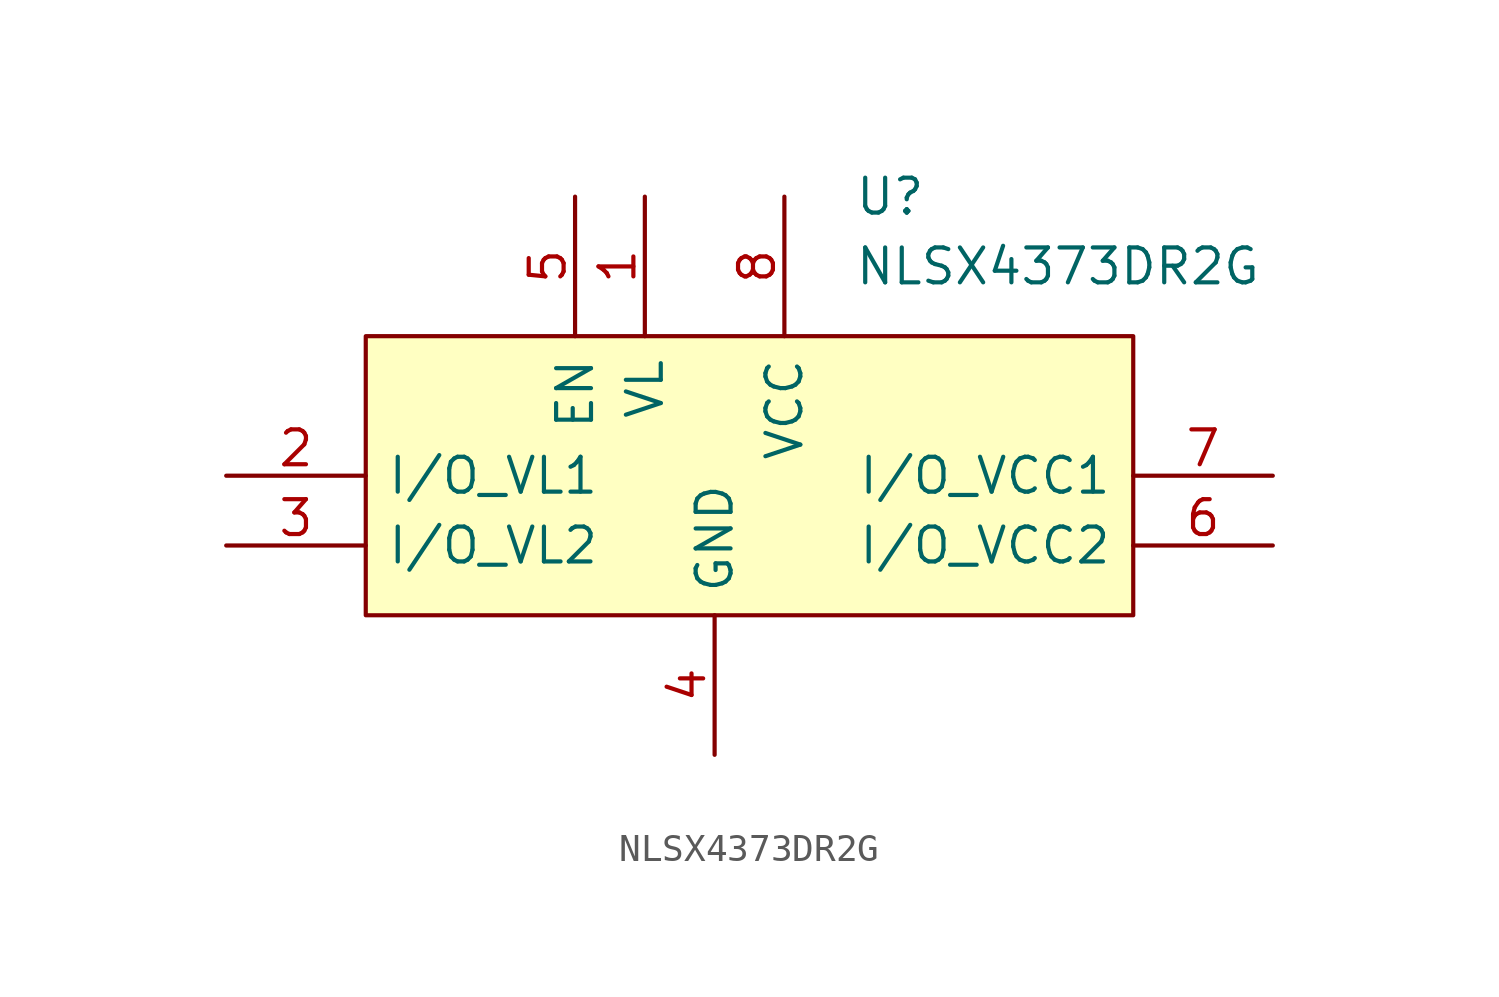
<source format=kicad_sym>
(kicad_symbol_lib
  (version 20220914)
  (generator kicad_symbol_editor)
  (symbol "NLSX4373DR2G"
    (pin_names
      (offset 0.762))
    (property "Reference" "U"
      (at 22.86 7.62 0)
      (effects (font (size 1.27 1.27)) (justify left)))
    (property "Value" "NLSX4373DR2G"
      (at 22.86 5.08 0)
      (effects (font (size 1.27 1.27)) (justify left)))
    (symbol "NLSX4373DR2G_0_0"
      (pin passive line (at 15.24 7.62 270) (length 5.08) (name "VL" (effects (font (size 1.27 1.27)))) (number "1" (effects (font (size 1.27 1.27)))))
      (pin passive line (at 0 -2.54 0) (length 5.08) (name "I/O_VL1" (effects (font (size 1.27 1.27)))) (number "2" (effects (font (size 1.27 1.27)))))
      (pin passive line (at 0 -5.08 0) (length 5.08) (name "I/O_VL2" (effects (font (size 1.27 1.27)))) (number "3" (effects (font (size 1.27 1.27)))))
      (pin passive line (at 17.78 -12.7 90) (length 5.08) (name "GND" (effects (font (size 1.27 1.27)))) (number "4" (effects (font (size 1.27 1.27)))))
      (pin passive line (at 12.7 7.62 270) (length 5.08) (name "EN" (effects (font (size 1.27 1.27)))) (number "5" (effects (font (size 1.27 1.27)))))
      (pin passive line (at 38.1 -5.08 180) (length 5.08) (name "I/O_VCC2" (effects (font (size 1.27 1.27)))) (number "6" (effects (font (size 1.27 1.27)))))
      (pin passive line (at 38.1 -2.54 180) (length 5.08) (name "I/O_VCC1" (effects (font (size 1.27 1.27)))) (number "7" (effects (font (size 1.27 1.27)))))
      (pin passive line (at 20.32 7.62 270) (length 5.08) (name "VCC" (effects (font (size 1.27 1.27)))) (number "8" (effects (font (size 1.27 1.27))))))
    (symbol "NLSX4373DR2G_1_1"
      (polyline (pts (xy 5.08 2.54) (xy 33.02 2.54) (xy 33.02 -7.62) (xy 5.08 -7.62) (xy 5.08 2.54)) (stroke (width 0.152) (type solid)) (fill (type background))))))
</source>
